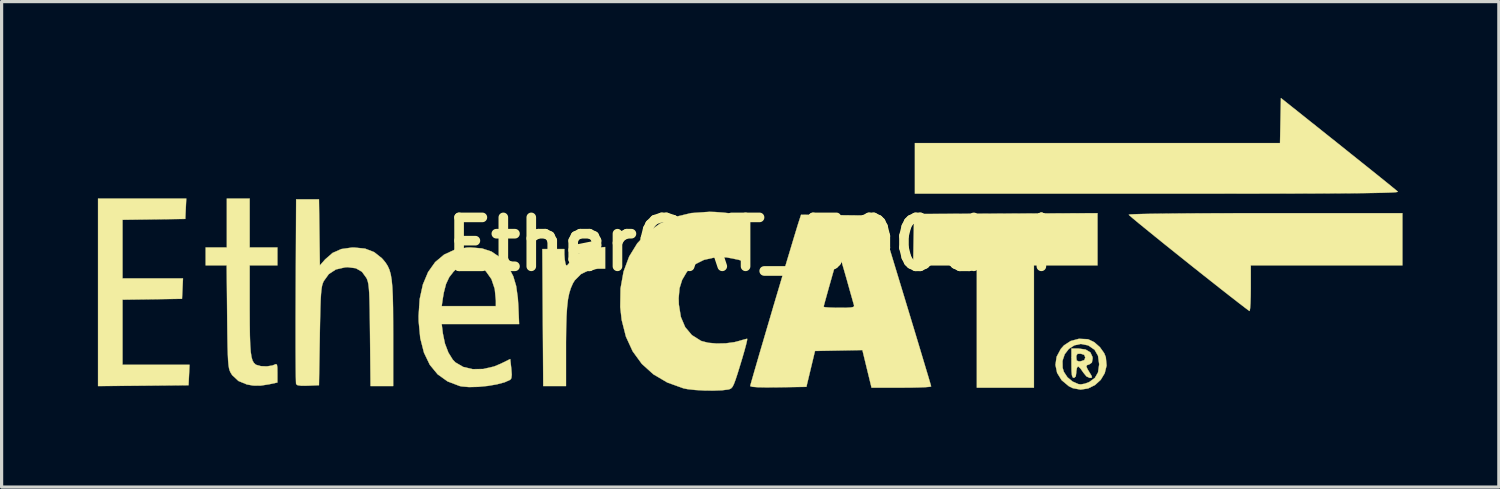
<source format=kicad_pcb>
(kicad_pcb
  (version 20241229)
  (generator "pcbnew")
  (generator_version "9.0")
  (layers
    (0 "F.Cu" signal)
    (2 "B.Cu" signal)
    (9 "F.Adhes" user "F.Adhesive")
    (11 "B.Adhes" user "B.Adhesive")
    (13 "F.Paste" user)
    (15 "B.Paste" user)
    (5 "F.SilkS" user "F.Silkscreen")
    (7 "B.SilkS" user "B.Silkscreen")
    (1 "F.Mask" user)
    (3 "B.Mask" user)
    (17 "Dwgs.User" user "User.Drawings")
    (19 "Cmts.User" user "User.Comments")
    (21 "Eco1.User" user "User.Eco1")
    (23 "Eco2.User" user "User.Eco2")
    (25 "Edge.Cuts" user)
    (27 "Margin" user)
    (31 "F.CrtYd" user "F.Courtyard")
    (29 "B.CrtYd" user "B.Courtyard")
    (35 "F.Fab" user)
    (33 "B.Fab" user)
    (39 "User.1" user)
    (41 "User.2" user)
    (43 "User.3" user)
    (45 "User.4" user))
  (footprint "EtherCAT_500dpi"
    (layer "F.Cu")
    (at 20.325 4.558)
    (property "Reference" "EtherCAT_500dpi" (at 0 0 0) (layer "F.SilkS") (effects (font (size 1.524 1.524) (thickness 0.3))))
    (attr through_hole)
    (fp_poly (pts (xy 10.82 0.66) (xy 8.839 0.66) (xy 8.839 4.47) (xy 7.061 4.47) (xy 7.061 0.66) (xy 5.077 0.66) (xy 5.105 -0.94) (xy 10.82 -0.966) (xy 10.82 0.66)) (stroke (width 0.01) (type solid)) (fill yes) (layer "F.SilkS"))
    (fp_poly (pts (xy -17.602 -0.787) (xy -18.58 -0.774) (xy -19.558 -0.76) (xy -19.558 0.153) (xy -19.558 1.067) (xy -17.674 1.067) (xy -17.704 1.702) (xy -18.631 1.716) (xy -19.558 1.729) (xy -19.558 3.759) (xy -17.47 3.759) (xy -17.501 4.394) (xy -18.91 4.408) (xy -20.32 4.421) (xy -20.32 -1.422) (xy -17.572 -1.422) (xy -17.602 -0.787)) (stroke (width 0.01) (type solid)) (fill yes) (layer "F.SilkS"))
    (fp_poly (pts (xy -4.521 0.762) (xy -4.739 0.762) (xy -5.023 0.807) (xy -5.274 0.933) (xy -5.467 1.126) (xy -5.524 1.22) (xy -5.588 1.365) (xy -5.639 1.527) (xy -5.678 1.718) (xy -5.705 1.954) (xy -5.724 2.246) (xy -5.735 2.608) (xy -5.74 3.053) (xy -5.74 3.239) (xy -5.74 4.42) (xy -6.449 4.42) (xy -6.463 2.286) (xy -6.477 0.152) (xy -6.134 0.152) (xy -5.791 0.152) (xy -5.791 0.318) (xy -5.78 0.473) (xy -5.759 0.596) (xy -5.737 0.659) (xy -5.704 0.66) (xy -5.644 0.592) (xy -5.588 0.516) (xy -5.375 0.307) (xy -5.093 0.17) (xy -4.788 0.112) (xy -4.521 0.089) (xy -4.521 0.762)) (stroke (width 0.01) (type solid)) (fill yes) (layer "F.SilkS"))
    (fp_poly (pts (xy 18.324 -3.128) (xy 18.695 -2.831) (xy 19.043 -2.553) (xy 19.36 -2.3) (xy 19.636 -2.078) (xy 19.865 -1.894) (xy 20.036 -1.754) (xy 20.143 -1.667) (xy 20.176 -1.638) (xy 20.167 -1.629) (xy 20.12 -1.621) (xy 20.029 -1.614) (xy 19.892 -1.608) (xy 19.704 -1.602) (xy 19.461 -1.597) (xy 19.158 -1.592) (xy 18.793 -1.588) (xy 18.36 -1.585) (xy 17.855 -1.582) (xy 17.275 -1.58) (xy 16.616 -1.578) (xy 15.873 -1.577) (xy 15.042 -1.576) (xy 14.119 -1.575) (xy 13.1 -1.575) (xy 12.685 -1.575) (xy 5.131 -1.575) (xy 5.131 -3.15) (xy 10.819 -3.15) (xy 16.507 -3.15) (xy 16.521 -3.851) (xy 16.535 -4.553) (xy 18.324 -3.128)) (stroke (width 0.01) (type solid)) (fill yes) (layer "F.SilkS"))
    (fp_poly (pts (xy 20.32 0.66) (xy 15.596 0.66) (xy 15.596 1.372) (xy 15.593 1.627) (xy 15.586 1.842) (xy 15.575 1.998) (xy 15.562 2.076) (xy 15.557 2.082) (xy 15.511 2.051) (xy 15.394 1.963) (xy 15.213 1.824) (xy 14.976 1.64) (xy 14.692 1.418) (xy 14.369 1.163) (xy 14.014 0.883) (xy 13.665 0.605) (xy 13.289 0.305) (xy 12.937 0.023) (xy 12.619 -0.234) (xy 12.341 -0.46) (xy 12.111 -0.647) (xy 11.938 -0.791) (xy 11.83 -0.883) (xy 11.794 -0.918) (xy 11.841 -0.927) (xy 11.985 -0.934) (xy 12.221 -0.941) (xy 12.545 -0.947) (xy 12.952 -0.952) (xy 13.437 -0.957) (xy 13.997 -0.961) (xy 14.625 -0.963) (xy 15.318 -0.965) (xy 16.049 -0.965) (xy 20.32 -0.965) (xy 20.32 0.66)) (stroke (width 0.01) (type solid)) (fill yes) (layer "F.SilkS"))
    (fp_poly (pts (xy -15.596 0.102) (xy -14.732 0.102) (xy -14.732 0.66) (xy -15.596 0.66) (xy -15.596 2.024) (xy -15.594 2.483) (xy -15.589 2.85) (xy -15.579 3.137) (xy -15.563 3.355) (xy -15.539 3.514) (xy -15.507 3.626) (xy -15.464 3.7) (xy -15.41 3.749) (xy -15.39 3.76) (xy -15.246 3.8) (xy -15.061 3.807) (xy -14.89 3.781) (xy -14.83 3.757) (xy -14.776 3.736) (xy -14.746 3.758) (xy -14.734 3.844) (xy -14.732 4.007) (xy -14.732 4.31) (xy -14.989 4.365) (xy -15.257 4.407) (xy -15.488 4.405) (xy -15.683 4.37) (xy -15.946 4.262) (xy -16.14 4.081) (xy -16.191 4) (xy -16.217 3.944) (xy -16.238 3.872) (xy -16.254 3.771) (xy -16.267 3.632) (xy -16.276 3.442) (xy -16.284 3.19) (xy -16.29 2.864) (xy -16.295 2.453) (xy -16.297 2.248) (xy -16.312 0.66) (xy -16.967 0.66) (xy -16.967 0.102) (xy -16.307 0.102) (xy -16.307 -1.422) (xy -15.596 -1.422) (xy -15.596 0.102)) (stroke (width 0.01) (type solid)) (fill yes) (layer "F.SilkS"))
    (fp_poly (pts (xy 10.449 3.282) (xy 10.598 3.371) (xy 10.665 3.515) (xy 10.668 3.564) (xy 10.645 3.689) (xy 10.566 3.744) (xy 10.493 3.769) (xy 10.473 3.809) (xy 10.507 3.889) (xy 10.571 3.995) (xy 10.636 4.104) (xy 10.648 4.153) (xy 10.607 4.165) (xy 10.576 4.166) (xy 10.477 4.12) (xy 10.376 3.998) (xy 10.37 3.988) (xy 10.292 3.876) (xy 10.226 3.814) (xy 10.213 3.81) (xy 10.178 3.855) (xy 10.16 3.964) (xy 10.16 3.988) (xy 10.143 4.119) (xy 10.091 4.165) (xy 10.084 4.166) (xy 10.047 4.148) (xy 10.023 4.083) (xy 10.011 3.953) (xy 10.008 3.742) (xy 10.008 3.708) (xy 10.008 3.531) (xy 10.16 3.531) (xy 10.174 3.626) (xy 10.238 3.653) (xy 10.3 3.648) (xy 10.409 3.611) (xy 10.439 3.531) (xy 10.406 3.447) (xy 10.3 3.413) (xy 10.198 3.415) (xy 10.163 3.472) (xy 10.16 3.531) (xy 10.008 3.531) (xy 10.008 3.251) (xy 10.225 3.251) (xy 10.449 3.282)) (stroke (width 0.01) (type solid)) (fill yes) (layer "F.SilkS"))
    (fp_poly (pts (xy 10.509 2.96) (xy 10.537 2.966) (xy 10.721 3.055) (xy 10.896 3.21) (xy 11.03 3.399) (xy 11.079 3.521) (xy 11.103 3.781) (xy 11.045 4.02) (xy 10.92 4.227) (xy 10.742 4.389) (xy 10.527 4.495) (xy 10.292 4.531) (xy 10.051 4.486) (xy 9.927 4.425) (xy 9.702 4.237) (xy 9.562 4.01) (xy 9.51 3.761) (xy 9.529 3.63) (xy 9.73 3.63) (xy 9.734 3.853) (xy 9.772 3.978) (xy 9.882 4.145) (xy 10.045 4.281) (xy 10.225 4.359) (xy 10.302 4.369) (xy 10.432 4.345) (xy 10.566 4.293) (xy 10.739 4.166) (xy 10.837 3.994) (xy 10.871 3.757) (xy 10.871 3.729) (xy 10.836 3.476) (xy 10.728 3.289) (xy 10.541 3.16) (xy 10.518 3.151) (xy 10.301 3.108) (xy 10.1 3.151) (xy 9.927 3.263) (xy 9.799 3.428) (xy 9.73 3.63) (xy 9.529 3.63) (xy 9.547 3.507) (xy 9.676 3.265) (xy 9.773 3.155) (xy 9.985 3.016) (xy 10.242 2.948) (xy 10.509 2.96)) (stroke (width 0.01) (type solid)) (fill yes) (layer "F.SilkS"))
    (fp_poly (pts (xy -13.423 -0.368) (xy -13.409 0.662) (xy -13.245 0.475) (xy -13.014 0.273) (xy -12.741 0.152) (xy -12.409 0.105) (xy -12.344 0.104) (xy -12.001 0.138) (xy -11.718 0.247) (xy -11.481 0.434) (xy -11.444 0.474) (xy -11.362 0.574) (xy -11.296 0.677) (xy -11.243 0.793) (xy -11.202 0.935) (xy -11.172 1.113) (xy -11.151 1.339) (xy -11.137 1.625) (xy -11.129 1.981) (xy -11.126 2.418) (xy -11.125 2.803) (xy -11.125 4.42) (xy -11.83 4.42) (xy -11.846 2.832) (xy -11.851 2.383) (xy -11.856 2.023) (xy -11.863 1.741) (xy -11.871 1.526) (xy -11.883 1.365) (xy -11.897 1.246) (xy -11.916 1.159) (xy -11.94 1.09) (xy -11.958 1.052) (xy -12.097 0.86) (xy -12.287 0.75) (xy -12.538 0.717) (xy -12.624 0.722) (xy -12.909 0.787) (xy -13.13 0.931) (xy -13.291 1.155) (xy -13.318 1.219) (xy -13.341 1.297) (xy -13.358 1.401) (xy -13.372 1.543) (xy -13.384 1.734) (xy -13.393 1.987) (xy -13.401 2.314) (xy -13.409 2.727) (xy -13.411 2.87) (xy -13.437 4.394) (xy -13.78 4.409) (xy -13.986 4.411) (xy -14.105 4.393) (xy -14.149 4.358) (xy -14.153 4.297) (xy -14.157 4.143) (xy -14.16 3.906) (xy -14.162 3.596) (xy -14.164 3.221) (xy -14.164 2.792) (xy -14.164 2.317) (xy -14.162 1.807) (xy -14.161 1.448) (xy -14.148 -1.397) (xy -13.437 -1.397) (xy -13.423 -0.368)) (stroke (width 0.01) (type solid)) (fill yes) (layer "F.SilkS"))
    (fp_poly (pts (xy -8.358 0.132) (xy -8.063 0.229) (xy -7.81 0.401) (xy -7.707 0.501) (xy -7.52 0.738) (xy -7.384 0.998) (xy -7.293 1.304) (xy -7.241 1.676) (xy -7.225 1.918) (xy -7.201 2.489) (xy -9.613 2.489) (xy -9.577 2.781) (xy -9.512 3.096) (xy -9.405 3.377) (xy -9.268 3.598) (xy -9.186 3.683) (xy -8.942 3.825) (xy -8.646 3.894) (xy -8.319 3.889) (xy -7.981 3.811) (xy -7.768 3.722) (xy -7.478 3.579) (xy -7.444 3.88) (xy -7.43 4.068) (xy -7.443 4.177) (xy -7.477 4.224) (xy -7.65 4.302) (xy -7.894 4.367) (xy -8.18 4.416) (xy -8.479 4.445) (xy -8.761 4.452) (xy -8.997 4.431) (xy -9.056 4.418) (xy -9.429 4.276) (xy -9.739 4.055) (xy -9.984 3.757) (xy -10.165 3.38) (xy -10.281 2.927) (xy -10.331 2.399) (xy -10.333 2.235) (xy -10.313 1.93) (xy -9.613 1.93) (xy -7.925 1.93) (xy -7.925 1.755) (xy -7.96 1.394) (xy -8.063 1.088) (xy -8.23 0.852) (xy -8.23 0.851) (xy -8.343 0.745) (xy -8.439 0.688) (xy -8.558 0.665) (xy -8.738 0.66) (xy -8.739 0.66) (xy -8.919 0.665) (xy -9.036 0.687) (xy -9.129 0.743) (xy -9.235 0.847) (xy -9.243 0.854) (xy -9.38 1.031) (xy -9.478 1.241) (xy -9.548 1.51) (xy -9.578 1.689) (xy -9.613 1.93) (xy -10.313 1.93) (xy -10.299 1.712) (xy -10.199 1.256) (xy -10.037 0.87) (xy -9.816 0.558) (xy -9.538 0.325) (xy -9.207 0.172) (xy -8.824 0.105) (xy -8.715 0.102) (xy -8.358 0.132)) (stroke (width 0.01) (type solid)) (fill yes) (layer "F.SilkS"))
    (fp_poly (pts (xy -1.099 -1.003) (xy -0.844 -0.984) (xy -0.595 -0.957) (xy -0.389 -0.926) (xy -0.318 -0.911) (xy -0.051 -0.846) (xy -0.051 -0.144) (xy -0.053 0.11) (xy -0.06 0.323) (xy -0.071 0.477) (xy -0.084 0.553) (xy -0.089 0.558) (xy -0.156 0.544) (xy -0.285 0.509) (xy -0.376 0.482) (xy -0.746 0.409) (xy -1.107 0.413) (xy -1.44 0.488) (xy -1.728 0.63) (xy -1.953 0.835) (xy -1.978 0.868) (xy -2.121 1.111) (xy -2.203 1.373) (xy -2.23 1.683) (xy -2.224 1.88) (xy -2.162 2.266) (xy -2.027 2.584) (xy -1.819 2.832) (xy -1.54 3.008) (xy -1.513 3.02) (xy -1.31 3.072) (xy -1.048 3.095) (xy -0.763 3.089) (xy -0.494 3.053) (xy -0.376 3.023) (xy -0.228 2.98) (xy -0.123 2.952) (xy -0.095 2.947) (xy -0.098 2.993) (xy -0.127 3.119) (xy -0.178 3.31) (xy -0.247 3.549) (xy -0.299 3.721) (xy -0.388 4.011) (xy -0.456 4.219) (xy -0.509 4.359) (xy -0.553 4.446) (xy -0.597 4.494) (xy -0.647 4.518) (xy -0.687 4.528) (xy -0.88 4.552) (xy -1.139 4.562) (xy -1.428 4.559) (xy -1.711 4.543) (xy -1.954 4.516) (xy -2.083 4.49) (xy -2.585 4.309) (xy -3.017 4.055) (xy -3.377 3.73) (xy -3.663 3.337) (xy -3.873 2.88) (xy -4.005 2.36) (xy -4.05 1.958) (xy -4.041 1.381) (xy -3.947 0.855) (xy -3.772 0.385) (xy -3.52 -0.025) (xy -3.196 -0.37) (xy -2.805 -0.646) (xy -2.351 -0.847) (xy -1.839 -0.969) (xy -1.274 -1.008) (xy -1.099 -1.003)) (stroke (width 0.01) (type solid)) (fill yes) (layer "F.SilkS"))
    (fp_poly (pts (xy 2.806 -0.903) (xy 4.029 -0.889) (xy 4.832 1.753) (xy 4.983 2.251) (xy 5.125 2.719) (xy 5.255 3.15) (xy 5.37 3.533) (xy 5.468 3.86) (xy 5.547 4.122) (xy 5.602 4.309) (xy 5.632 4.414) (xy 5.637 4.432) (xy 5.589 4.444) (xy 5.456 4.455) (xy 5.253 4.463) (xy 4.996 4.469) (xy 4.709 4.47) (xy 3.78 4.47) (xy 3.637 3.885) (xy 3.495 3.299) (xy 2.756 3.313) (xy 2.018 3.327) (xy 1.75 4.445) (xy 0.875 4.459) (xy 0.506 4.462) (xy 0.238 4.457) (xy 0.07 4.444) (xy 0.002 4.424) (xy 0 4.42) (xy 0.014 4.364) (xy 0.054 4.222) (xy 0.116 4.005) (xy 0.198 3.723) (xy 0.295 3.389) (xy 0.406 3.013) (xy 0.525 2.607) (xy 0.651 2.18) (xy 0.718 1.952) (xy 2.286 1.952) (xy 2.333 1.964) (xy 2.46 1.974) (xy 2.644 1.98) (xy 2.772 1.981) (xy 2.997 1.98) (xy 3.138 1.972) (xy 3.212 1.956) (xy 3.236 1.928) (xy 3.231 1.892) (xy 3.208 1.814) (xy 3.164 1.657) (xy 3.103 1.442) (xy 3.032 1.188) (xy 2.999 1.07) (xy 2.925 0.813) (xy 2.861 0.593) (xy 2.811 0.426) (xy 2.779 0.332) (xy 2.773 0.317) (xy 2.744 0.34) (xy 2.725 0.39) (xy 2.665 0.597) (xy 2.595 0.838) (xy 2.522 1.096) (xy 2.45 1.35) (xy 2.386 1.581) (xy 2.333 1.772) (xy 2.298 1.902) (xy 2.286 1.952) (xy 0.718 1.952) (xy 0.779 1.745) (xy 0.908 1.313) (xy 1.032 0.895) (xy 1.149 0.501) (xy 1.257 0.143) (xy 1.35 -0.168) (xy 1.427 -0.421) (xy 1.483 -0.605) (xy 1.505 -0.674) (xy 1.584 -0.916) (xy 2.806 -0.903)) (stroke (width 0.01) (type solid)) (fill yes) (layer "F.SilkS")))
  (gr_rect
    (start -3 -3)
    (end 43.65 12.126)
    (stroke (width 0.1) (type default))
    (fill no)
    (layer "Edge.Cuts")))
</source>
